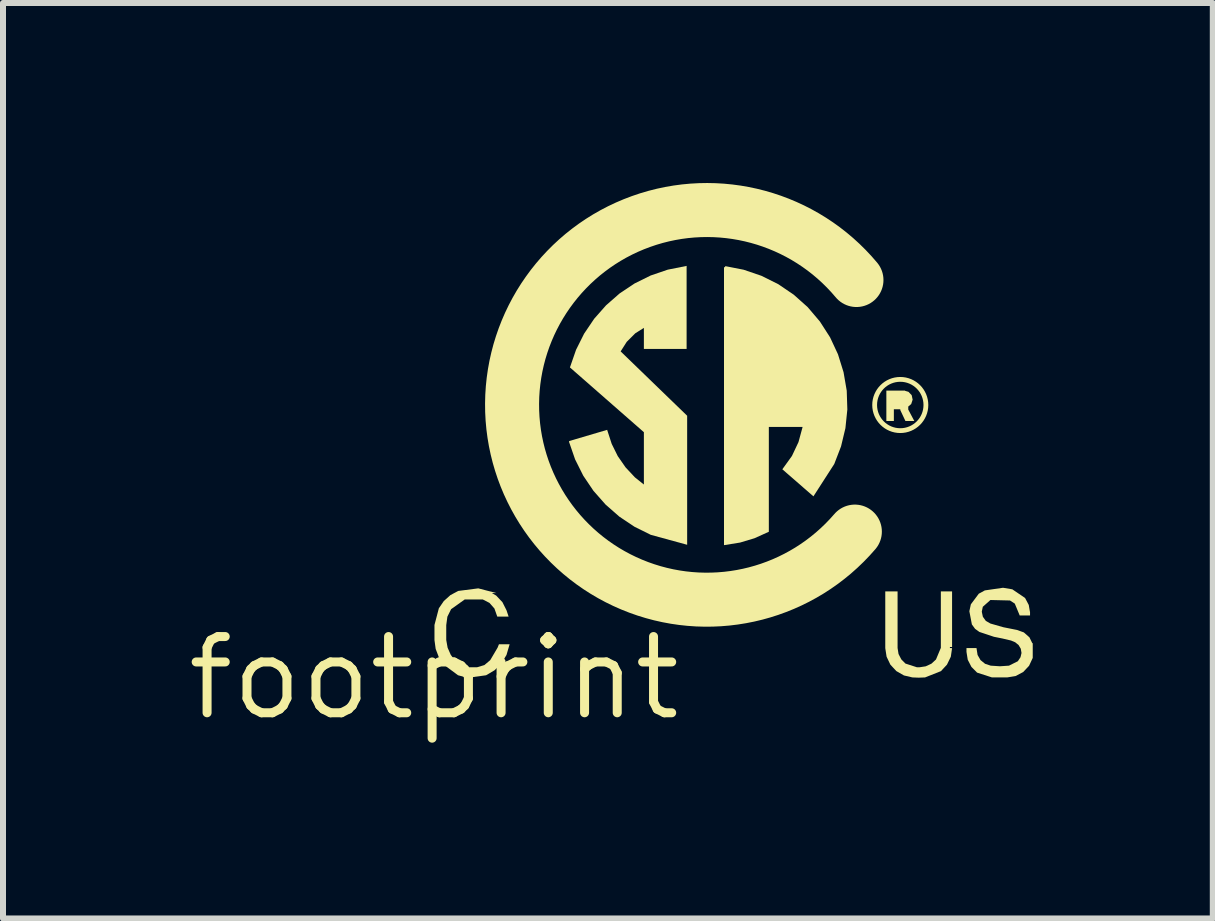
<source format=kicad_pcb>
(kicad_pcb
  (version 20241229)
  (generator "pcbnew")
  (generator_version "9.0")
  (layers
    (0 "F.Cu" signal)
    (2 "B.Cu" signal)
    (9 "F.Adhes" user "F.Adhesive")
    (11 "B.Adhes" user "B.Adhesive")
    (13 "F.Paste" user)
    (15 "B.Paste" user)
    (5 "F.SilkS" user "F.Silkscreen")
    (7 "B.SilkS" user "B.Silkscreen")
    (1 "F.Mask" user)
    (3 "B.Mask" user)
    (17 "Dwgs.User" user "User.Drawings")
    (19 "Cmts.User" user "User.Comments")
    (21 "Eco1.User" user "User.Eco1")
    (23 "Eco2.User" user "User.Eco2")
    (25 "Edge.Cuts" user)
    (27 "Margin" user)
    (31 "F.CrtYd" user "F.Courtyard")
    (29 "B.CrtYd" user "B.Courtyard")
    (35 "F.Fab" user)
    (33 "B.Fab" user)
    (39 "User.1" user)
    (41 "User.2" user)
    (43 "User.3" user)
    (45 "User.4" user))
  (footprint "footprint"
    (layer "F.Cu")
    (at 4.18 8.246)
    (property "Reference" "footprint" (at 0 0 0) (layer "F.SilkS") (effects (font (size 1.27 1.27) (thickness 0.15))))
    (fp_arc (start 7.0132 -2.438599) (mid 1.301894 -4.571012) (end 7.0399 -6.6305) (stroke (width 0.9) (type solid)) (layer "F.SilkS"))
    (fp_circle (center 7.77 -4.548) (end 8.197 -4.548) (stroke (width 0.08) (type solid)) (fill no) (layer "F.SilkS"))
    (fp_poly (pts (xy 7.85 -4.784) (xy 7.906 -4.768) (xy 7.96 -4.712) (xy 7.976 -4.637) (xy 7.952 -4.564) (xy 7.903 -4.522) (xy 7.903 -4.472) (xy 8.004 -4.281) (xy 7.856 -4.281) (xy 7.77 -4.464) (xy 7.77 -4.477) (xy 7.663 -4.477) (xy 7.663 -4.281) (xy 7.538 -4.281) (xy 7.538 -4.788) (xy 7.85 -4.788)) (stroke (width 0) (type solid)) (fill yes) (layer "F.SilkS"))
    (fp_poly (pts (xy 5.16 -6.802) (xy 5.456 -6.701) (xy 5.736 -6.562) (xy 5.995 -6.386) (xy 6.228 -6.178) (xy 6.431 -5.939) (xy 6.6 -5.676) (xy 6.732 -5.393) (xy 6.825 -5.094) (xy 6.878 -4.786) (xy 6.888 -4.473) (xy 6.856 -4.162) (xy 6.783 -3.858) (xy 6.67 -3.565) (xy 6.323 -3.026) (xy 5.805 -3.477) (xy 5.965 -3.699) (xy 6.074 -3.93) (xy 6.141 -4.176) (xy 6.141 -4.183) (xy 5.58 -4.183) (xy 5.58 -2.436) (xy 5.341 -2.328) (xy 5.101 -2.256) (xy 4.833 -2.213) (xy 4.833 -6.844) (xy 4.85 -6.844) (xy 4.854 -6.862)) (stroke (width 0) (type solid)) (fill yes) (layer "F.SilkS"))
    (fp_poly (pts (xy 7.725 -0.5) (xy 7.741 -0.399) (xy 7.787 -0.31) (xy 7.856 -0.24) (xy 8.048 -0.178) (xy 8.089 -0.178) (xy 8.194 -0.194) (xy 8.289 -0.238) (xy 8.365 -0.308) (xy 8.446 -0.502) (xy 8.446 -1.442) (xy 8.633 -1.442) (xy 8.633 -0.516) (xy 8.597 -0.516) (xy 8.597 -0.498) (xy 8.615 -0.498) (xy 8.633 -0.496) (xy 8.612 -0.354) (xy 8.548 -0.222) (xy 8.448 -0.114) (xy 8.183 -0.009) (xy 8.077 -0.005) (xy 7.974 -0.009) (xy 7.972 -0.009) (xy 7.831 -0.042) (xy 7.704 -0.115) (xy 7.605 -0.222) (xy 7.542 -0.354) (xy 7.52 -0.497) (xy 7.52 -1.442) (xy 7.725 -1.442)) (stroke (width 0) (type solid)) (fill yes) (layer "F.SilkS"))
    (fp_poly (pts (xy 4.21 -5.482) (xy 3.498 -5.482) (xy 3.498 -5.833) (xy 3.354 -5.742) (xy 3.212 -5.6) (xy 3.111 -5.441) (xy 4.219 -4.369) (xy 4.219 -2.219) (xy 3.613 -2.385) (xy 3.341 -2.52) (xy 3.088 -2.689) (xy 2.859 -2.89) (xy 2.658 -3.118) (xy 2.488 -3.37) (xy 2.352 -3.642) (xy 2.252 -3.931) (xy 2.252 -3.947) (xy 2.886 -4.134) (xy 2.962 -3.9) (xy 3.063 -3.696) (xy 3.193 -3.509) (xy 3.348 -3.343) (xy 3.498 -3.223) (xy 3.498 -4.095) (xy 2.266 -5.174) (xy 2.368 -5.468) (xy 2.502 -5.736) (xy 2.67 -5.985) (xy 2.868 -6.209) (xy 3.094 -6.407) (xy 3.343 -6.573) (xy 3.612 -6.706) (xy 3.896 -6.803) (xy 4.21 -6.866)) (stroke (width 0) (type solid)) (fill yes) (layer "F.SilkS"))
    (fp_poly (pts (xy 1.039 -1.415) (xy 0.965 -1.415) (xy 1.037 -1.373) (xy 1.141 -1.263) (xy 1.209 -1.128) (xy 1.244 -1.023) (xy 1.055 -1.023) (xy 1.008 -1.157) (xy 0.925 -1.251) (xy 0.814 -1.308) (xy 0.513 -1.308) (xy 0.286 -1.146) (xy 0.224 -1.021) (xy 0.205 -0.88) (xy 0.205 -0.633) (xy 0.228 -0.504) (xy 0.281 -0.384) (xy 0.359 -0.281) (xy 0.574 -0.178) (xy 0.718 -0.178) (xy 0.841 -0.215) (xy 0.938 -0.297) (xy 1.061 -0.506) (xy 1.083 -0.561) (xy 1.261 -0.561) (xy 1.209 -0.384) (xy 1.126 -0.244) (xy 1.011 -0.129) (xy 0.869 -0.045) (xy 0.558 -0.002) (xy 0.407 -0.044) (xy 0.403 -0.044) (xy 0.165 -0.221) (xy 0.082 -0.345) (xy 0.029 -0.484) (xy 0.009 -0.631) (xy 0.009 -0.883) (xy 0.082 -1.161) (xy 0.165 -1.282) (xy 0.274 -1.38) (xy 0.404 -1.45) (xy 0.739 -1.493)) (stroke (width 0) (type solid)) (fill yes) (layer "F.SilkS"))
    (fp_poly (pts (xy 9.637 -1.477) (xy 9.849 -1.333) (xy 9.911 -1.216) (xy 9.93 -1.104) (xy 9.932 -1.104) (xy 9.932 -1.041) (xy 9.76 -1.041) (xy 9.678 -1.239) (xy 9.598 -1.291) (xy 9.272 -1.299) (xy 9.145 -1.186) (xy 9.128 -1.104) (xy 9.146 -1.02) (xy 9.196 -0.95) (xy 9.272 -0.907) (xy 9.489 -0.845) (xy 9.715 -0.8) (xy 9.829 -0.759) (xy 9.922 -0.677) (xy 9.97 -0.579) (xy 9.977 -0.579) (xy 9.977 -0.334) (xy 9.916 -0.203) (xy 9.818 -0.099) (xy 9.691 -0.032) (xy 9.551 -0.009) (xy 9.298 -0.009) (xy 9.05 -0.089) (xy 8.955 -0.185) (xy 8.894 -0.304) (xy 8.873 -0.435) (xy 8.873 -0.498) (xy 9.04 -0.498) (xy 9.058 -0.383) (xy 9.107 -0.298) (xy 9.183 -0.236) (xy 9.277 -0.205) (xy 9.43 -0.195) (xy 9.581 -0.205) (xy 9.729 -0.279) (xy 9.773 -0.345) (xy 9.79 -0.416) (xy 9.778 -0.487) (xy 9.741 -0.549) (xy 9.684 -0.595) (xy 9.615 -0.624) (xy 9.475 -0.657) (xy 9.331 -0.686) (xy 9.088 -0.767) (xy 9.016 -0.819) (xy 8.963 -0.892) (xy 8.921 -1.112) (xy 8.946 -1.227) (xy 9.078 -1.404) (xy 9.179 -1.459) (xy 9.482 -1.503)) (stroke (width 0) (type solid)) (fill yes) (layer "F.SilkS")))
  (gr_rect
    (start -3 -3)
    (end 17.157 12.253)
    (stroke (width 0.1) (type default))
    (fill no)
    (layer "Edge.Cuts")))
</source>
